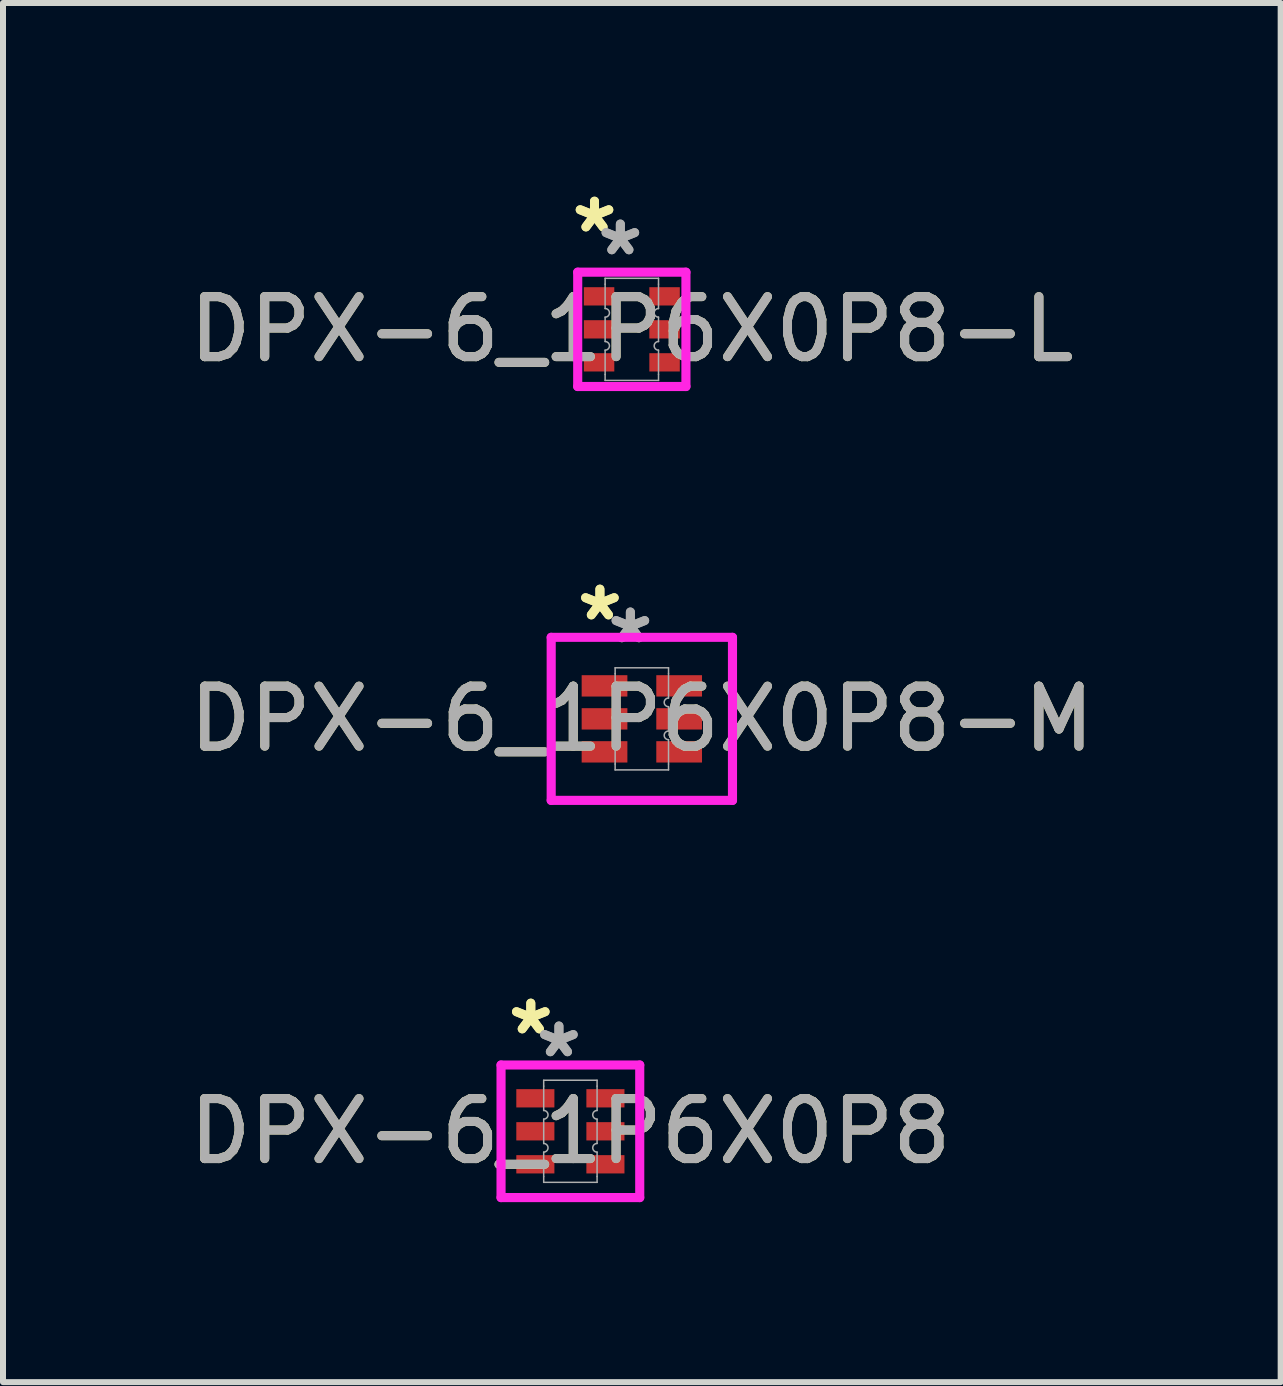
<source format=kicad_pcb>
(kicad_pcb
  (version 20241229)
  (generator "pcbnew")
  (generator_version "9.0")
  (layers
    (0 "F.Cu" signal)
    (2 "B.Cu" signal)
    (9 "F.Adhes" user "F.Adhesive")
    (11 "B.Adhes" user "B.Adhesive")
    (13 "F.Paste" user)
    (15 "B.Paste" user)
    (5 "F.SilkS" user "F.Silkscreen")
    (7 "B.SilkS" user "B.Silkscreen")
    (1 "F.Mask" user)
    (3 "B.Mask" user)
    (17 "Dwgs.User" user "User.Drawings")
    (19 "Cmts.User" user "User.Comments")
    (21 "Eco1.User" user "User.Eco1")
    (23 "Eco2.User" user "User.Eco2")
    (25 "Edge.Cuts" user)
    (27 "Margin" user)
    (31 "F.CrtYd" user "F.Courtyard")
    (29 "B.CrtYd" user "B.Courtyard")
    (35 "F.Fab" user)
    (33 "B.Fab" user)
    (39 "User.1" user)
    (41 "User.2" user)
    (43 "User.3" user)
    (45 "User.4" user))
  (footprint "DPX-6_1P6X0P8"
    (layer "F.Cu")
    (at 6.458 15.808)
    (property "Reference" "DPX-6_1P6X0P8" (at 0 0 0) (unlocked yes) (layer "F.SilkS") (effects (font (size 1 1) (thickness 0.15))))
    (attr smd)
    (fp_line (start -1.156 -1.105) (end 1.156 -1.105) (stroke (width 0.152) (type solid)) (layer "F.CrtYd"))
    (fp_line (start -1.156 1.105) (end -1.156 -1.105) (stroke (width 0.152) (type solid)) (layer "F.CrtYd"))
    (fp_line (start 1.156 -1.105) (end 1.156 1.105) (stroke (width 0.152) (type solid)) (layer "F.CrtYd"))
    (fp_line (start 1.156 1.105) (end -1.156 1.105) (stroke (width 0.152) (type solid)) (layer "F.CrtYd"))
    (fp_line (start -0.445 -0.851) (end -0.445 -0.753) (stroke (width 0.025) (type solid)) (layer "F.Fab"))
    (fp_line (start -0.445 -0.753) (end -0.445 -0.347) (stroke (width 0.025) (type solid)) (layer "F.Fab"))
    (fp_line (start -0.445 -0.203) (end -0.445 0.203) (stroke (width 0.025) (type solid)) (layer "F.Fab"))
    (fp_line (start -0.445 0.347) (end -0.445 0.753) (stroke (width 0.025) (type solid)) (layer "F.Fab"))
    (fp_line (start -0.445 0.753) (end -0.445 0.851) (stroke (width 0.025) (type solid)) (layer "F.Fab"))
    (fp_line (start -0.445 0.851) (end 0.445 0.851) (stroke (width 0.025) (type solid)) (layer "F.Fab"))
    (fp_line (start 0.445 -0.851) (end -0.445 -0.851) (stroke (width 0.025) (type solid)) (layer "F.Fab"))
    (fp_line (start 0.445 -0.851) (end 0.445 -0.753) (stroke (width 0.025) (type solid)) (layer "F.Fab"))
    (fp_line (start 0.445 -0.753) (end 0.445 -0.347) (stroke (width 0.025) (type solid)) (layer "F.Fab"))
    (fp_line (start 0.445 -0.203) (end 0.445 0.203) (stroke (width 0.025) (type solid)) (layer "F.Fab"))
    (fp_line (start 0.445 0.347) (end 0.445 0.753) (stroke (width 0.025) (type solid)) (layer "F.Fab"))
    (fp_line (start 0.445 0.753) (end 0.445 0.851) (stroke (width 0.025) (type solid)) (layer "F.Fab"))
    (fp_arc (start -0.4445 -0.346801) (mid -0.372699 -0.275001) (end -0.4445 -0.2032) (stroke (width 0.0254) (type solid)) (layer "F.Fab"))
    (fp_arc (start -0.4445 0.2032) (mid -0.372699 0.275001) (end -0.4445 0.346801) (stroke (width 0.0254) (type solid)) (layer "F.Fab"))
    (fp_arc (start 0.4445 -0.2032) (mid 0.372699 -0.275001) (end 0.4445 -0.346801) (stroke (width 0.0254) (type solid)) (layer "F.Fab"))
    (fp_arc (start 0.4445 0.346801) (mid 0.372699 0.275001) (end 0.4445 0.2032) (stroke (width 0.0254) (type solid)) (layer "F.Fab"))
    (fp_text user "*" (at -0.66 -1.591 0) (layer "F.SilkS") (effects (font (size 1 1) (thickness 0.15))))
    (fp_text user "*" (at -0.66 -1.591 0) (unlocked yes) (layer "F.SilkS") (effects (font (size 1 1) (thickness 0.15))))
    (fp_text user "${REFERENCE}" (at 0 0 0) (unlocked yes) (layer "F.Fab") (effects (font (size 1 1) (thickness 0.15))))
    (fp_text user "*" (at -0.191 -1.21 0) (layer "F.Fab") (effects (font (size 1 1) (thickness 0.15))))
    (fp_text user "*" (at -0.191 -1.21 0) (unlocked yes) (layer "F.Fab") (effects (font (size 1 1) (thickness 0.15))))
    (pad "1" smd rect (at -0.584 -0.55) (size 0.635 0.305) (layers "F.Cu" "F.Mask" "F.Paste"))
    (pad "2" smd rect (at -0.584 0) (size 0.635 0.305) (layers "F.Cu" "F.Mask" "F.Paste"))
    (pad "3" smd rect (at -0.584 0.55) (size 0.635 0.305) (layers "F.Cu" "F.Mask" "F.Paste"))
    (pad "4" smd rect (at 0.584 0.55) (size 0.635 0.305) (layers "F.Cu" "F.Mask" "F.Paste"))
    (pad "5" smd rect (at 0.584 0) (size 0.635 0.305) (layers "F.Cu" "F.Mask" "F.Paste"))
    (pad "6" smd rect (at 0.584 -0.55) (size 0.635 0.305) (layers "F.Cu" "F.Mask" "F.Paste")))
  (footprint "DPX-6_1P6X0P8-M"
    (layer "F.Cu")
    (at 7.649 8.933)
    (property "Reference" "DPX-6_1P6X0P8-M" (at 0 0 0) (unlocked yes) (layer "F.SilkS") (effects (font (size 1 1) (thickness 0.15))))
    (attr smd)
    (fp_line (start -1.511 -1.359) (end 1.511 -1.359) (stroke (width 0.152) (type solid)) (layer "F.CrtYd"))
    (fp_line (start -1.511 1.359) (end -1.511 -1.359) (stroke (width 0.152) (type solid)) (layer "F.CrtYd"))
    (fp_line (start 1.511 -1.359) (end 1.511 1.359) (stroke (width 0.152) (type solid)) (layer "F.CrtYd"))
    (fp_line (start 1.511 1.359) (end -1.511 1.359) (stroke (width 0.152) (type solid)) (layer "F.CrtYd"))
    (fp_line (start -0.445 -0.851) (end -0.445 -0.753) (stroke (width 0.025) (type solid)) (layer "F.Fab"))
    (fp_line (start -0.445 -0.753) (end -0.445 -0.347) (stroke (width 0.025) (type solid)) (layer "F.Fab"))
    (fp_line (start -0.445 -0.203) (end -0.445 0.203) (stroke (width 0.025) (type solid)) (layer "F.Fab"))
    (fp_line (start -0.445 0.347) (end -0.445 0.753) (stroke (width 0.025) (type solid)) (layer "F.Fab"))
    (fp_line (start -0.445 0.753) (end -0.445 0.851) (stroke (width 0.025) (type solid)) (layer "F.Fab"))
    (fp_line (start -0.445 0.851) (end 0.445 0.851) (stroke (width 0.025) (type solid)) (layer "F.Fab"))
    (fp_line (start 0.445 -0.851) (end -0.445 -0.851) (stroke (width 0.025) (type solid)) (layer "F.Fab"))
    (fp_line (start 0.445 -0.851) (end 0.445 -0.753) (stroke (width 0.025) (type solid)) (layer "F.Fab"))
    (fp_line (start 0.445 -0.753) (end 0.445 -0.347) (stroke (width 0.025) (type solid)) (layer "F.Fab"))
    (fp_line (start 0.445 -0.203) (end 0.445 0.203) (stroke (width 0.025) (type solid)) (layer "F.Fab"))
    (fp_line (start 0.445 0.347) (end 0.445 0.753) (stroke (width 0.025) (type solid)) (layer "F.Fab"))
    (fp_line (start 0.445 0.753) (end 0.445 0.851) (stroke (width 0.025) (type solid)) (layer "F.Fab"))
    (fp_arc (start -0.4445 -0.346801) (mid -0.372699 -0.275001) (end -0.4445 -0.2032) (stroke (width 0.0254) (type solid)) (layer "F.Fab"))
    (fp_arc (start -0.4445 0.2032) (mid -0.372699 0.275001) (end -0.4445 0.346801) (stroke (width 0.0254) (type solid)) (layer "F.Fab"))
    (fp_arc (start 0.4445 -0.2032) (mid 0.372699 -0.275001) (end 0.4445 -0.346801) (stroke (width 0.0254) (type solid)) (layer "F.Fab"))
    (fp_arc (start 0.4445 0.346801) (mid 0.372699 0.275001) (end 0.4445 0.2032) (stroke (width 0.0254) (type solid)) (layer "F.Fab"))
    (fp_text user "*" (at -0.699 -1.617 0) (layer "F.SilkS") (effects (font (size 1 1) (thickness 0.15))))
    (fp_text user "*" (at -0.699 -1.617 0) (unlocked yes) (layer "F.SilkS") (effects (font (size 1 1) (thickness 0.15))))
    (fp_text user "${REFERENCE}" (at 0 0 0) (unlocked yes) (layer "F.Fab") (effects (font (size 1 1) (thickness 0.15))))
    (fp_text user "*" (at -0.191 -1.236 0) (unlocked yes) (layer "F.Fab") (effects (font (size 1 1) (thickness 0.15))))
    (fp_text user "*" (at -0.191 -1.236 0) (layer "F.Fab") (effects (font (size 1 1) (thickness 0.15))))
    (pad "1" smd rect (at -0.622 -0.55) (size 0.762 0.356) (layers "F.Cu" "F.Mask" "F.Paste"))
    (pad "2" smd rect (at -0.622 0) (size 0.762 0.356) (layers "F.Cu" "F.Mask" "F.Paste"))
    (pad "3" smd rect (at -0.622 0.55) (size 0.762 0.356) (layers "F.Cu" "F.Mask" "F.Paste"))
    (pad "4" smd rect (at 0.622 0.55) (size 0.762 0.356) (layers "F.Cu" "F.Mask" "F.Paste"))
    (pad "5" smd rect (at 0.622 0) (size 0.762 0.356) (layers "F.Cu" "F.Mask" "F.Paste"))
    (pad "6" smd rect (at 0.622 -0.55) (size 0.762 0.356) (layers "F.Cu" "F.Mask" "F.Paste")))
  (footprint "DPX-6_1P6X0P8-L"
    (layer "F.Cu")
    (at 7.482 2.44)
    (property "Reference" "DPX-6_1P6X0P8-L" (at 0 0 0) (unlocked yes) (layer "F.SilkS") (effects (font (size 1 1) (thickness 0.15))))
    (attr smd)
    (fp_line (start -0.902 -0.953) (end 0.902 -0.953) (stroke (width 0.152) (type solid)) (layer "F.CrtYd"))
    (fp_line (start -0.902 0.953) (end -0.902 -0.953) (stroke (width 0.152) (type solid)) (layer "F.CrtYd"))
    (fp_line (start 0.902 -0.953) (end 0.902 0.953) (stroke (width 0.152) (type solid)) (layer "F.CrtYd"))
    (fp_line (start 0.902 0.953) (end -0.902 0.953) (stroke (width 0.152) (type solid)) (layer "F.CrtYd"))
    (fp_line (start -0.445 -0.851) (end -0.445 -0.753) (stroke (width 0.025) (type solid)) (layer "F.Fab"))
    (fp_line (start -0.445 -0.753) (end -0.445 -0.347) (stroke (width 0.025) (type solid)) (layer "F.Fab"))
    (fp_line (start -0.445 -0.203) (end -0.445 0.203) (stroke (width 0.025) (type solid)) (layer "F.Fab"))
    (fp_line (start -0.445 0.347) (end -0.445 0.753) (stroke (width 0.025) (type solid)) (layer "F.Fab"))
    (fp_line (start -0.445 0.753) (end -0.445 0.851) (stroke (width 0.025) (type solid)) (layer "F.Fab"))
    (fp_line (start -0.445 0.851) (end 0.445 0.851) (stroke (width 0.025) (type solid)) (layer "F.Fab"))
    (fp_line (start 0.445 -0.851) (end -0.445 -0.851) (stroke (width 0.025) (type solid)) (layer "F.Fab"))
    (fp_line (start 0.445 -0.851) (end 0.445 -0.753) (stroke (width 0.025) (type solid)) (layer "F.Fab"))
    (fp_line (start 0.445 -0.753) (end 0.445 -0.347) (stroke (width 0.025) (type solid)) (layer "F.Fab"))
    (fp_line (start 0.445 -0.203) (end 0.445 0.203) (stroke (width 0.025) (type solid)) (layer "F.Fab"))
    (fp_line (start 0.445 0.347) (end 0.445 0.753) (stroke (width 0.025) (type solid)) (layer "F.Fab"))
    (fp_line (start 0.445 0.753) (end 0.445 0.851) (stroke (width 0.025) (type solid)) (layer "F.Fab"))
    (fp_arc (start -0.4445 -0.346801) (mid -0.372699 -0.275001) (end -0.4445 -0.2032) (stroke (width 0.0254) (type solid)) (layer "F.Fab"))
    (fp_arc (start -0.4445 0.2032) (mid -0.372699 0.275001) (end -0.4445 0.346801) (stroke (width 0.0254) (type solid)) (layer "F.Fab"))
    (fp_arc (start 0.4445 -0.2032) (mid 0.372699 -0.275001) (end 0.4445 -0.346801) (stroke (width 0.0254) (type solid)) (layer "F.Fab"))
    (fp_arc (start 0.4445 0.346801) (mid 0.372699 0.275001) (end 0.4445 0.2032) (stroke (width 0.0254) (type solid)) (layer "F.Fab"))
    (fp_text user "*" (at -0.622 -1.591 0) (layer "F.SilkS") (effects (font (size 1 1) (thickness 0.15))))
    (fp_text user "*" (at -0.622 -1.591 0) (unlocked yes) (layer "F.SilkS") (effects (font (size 1 1) (thickness 0.15))))
    (fp_text user "${REFERENCE}" (at 0 0 0) (unlocked yes) (layer "F.Fab") (effects (font (size 1 1) (thickness 0.15))))
    (fp_text user "*" (at -0.191 -1.21 0) (unlocked yes) (layer "F.Fab") (effects (font (size 1 1) (thickness 0.15))))
    (fp_text user "*" (at -0.191 -1.21 0) (layer "F.Fab") (effects (font (size 1 1) (thickness 0.15))))
    (pad "1" smd rect (at -0.546 -0.55) (size 0.508 0.305) (layers "F.Cu" "F.Mask" "F.Paste"))
    (pad "2" smd rect (at -0.546 0) (size 0.508 0.305) (layers "F.Cu" "F.Mask" "F.Paste"))
    (pad "3" smd rect (at -0.546 0.55) (size 0.508 0.305) (layers "F.Cu" "F.Mask" "F.Paste"))
    (pad "4" smd rect (at 0.546 0.55) (size 0.508 0.305) (layers "F.Cu" "F.Mask" "F.Paste"))
    (pad "5" smd rect (at 0.546 0) (size 0.508 0.305) (layers "F.Cu" "F.Mask" "F.Paste"))
    (pad "6" smd rect (at 0.546 -0.55) (size 0.508 0.305) (layers "F.Cu" "F.Mask" "F.Paste")))
  (gr_rect
    (start -3 -3)
    (end 18.298 19.989)
    (stroke (width 0.1) (type default))
    (fill no)
    (layer "Edge.Cuts")))
</source>
